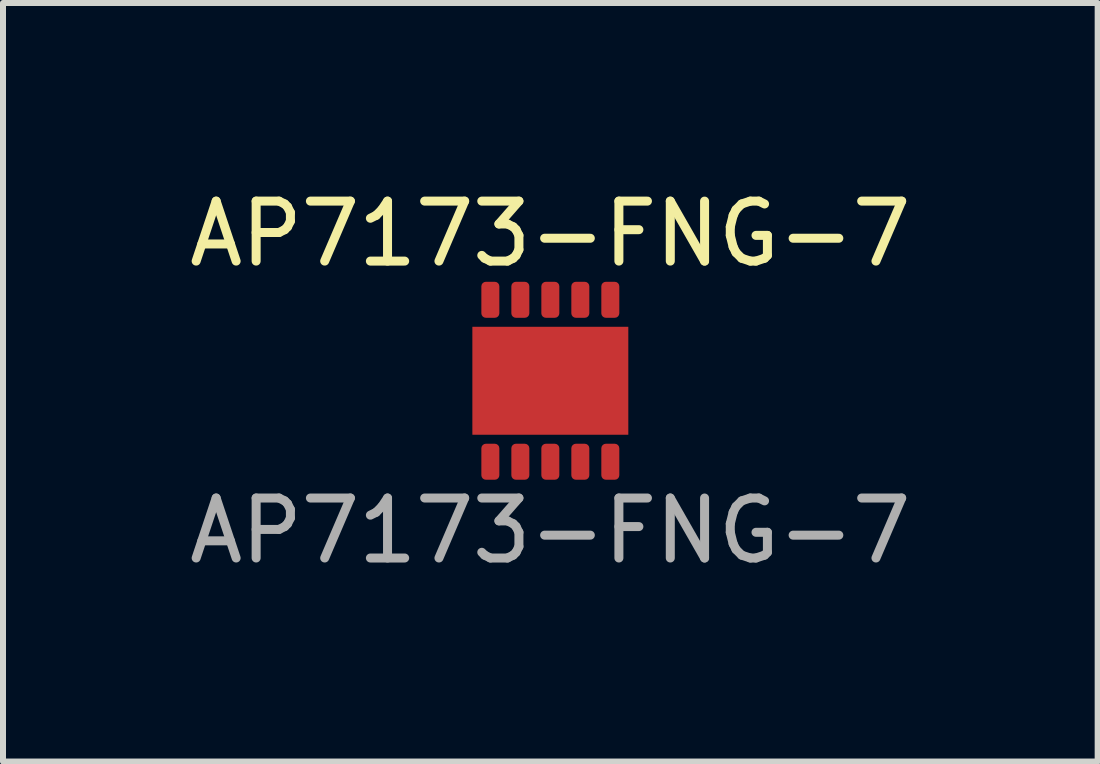
<source format=kicad_pcb>
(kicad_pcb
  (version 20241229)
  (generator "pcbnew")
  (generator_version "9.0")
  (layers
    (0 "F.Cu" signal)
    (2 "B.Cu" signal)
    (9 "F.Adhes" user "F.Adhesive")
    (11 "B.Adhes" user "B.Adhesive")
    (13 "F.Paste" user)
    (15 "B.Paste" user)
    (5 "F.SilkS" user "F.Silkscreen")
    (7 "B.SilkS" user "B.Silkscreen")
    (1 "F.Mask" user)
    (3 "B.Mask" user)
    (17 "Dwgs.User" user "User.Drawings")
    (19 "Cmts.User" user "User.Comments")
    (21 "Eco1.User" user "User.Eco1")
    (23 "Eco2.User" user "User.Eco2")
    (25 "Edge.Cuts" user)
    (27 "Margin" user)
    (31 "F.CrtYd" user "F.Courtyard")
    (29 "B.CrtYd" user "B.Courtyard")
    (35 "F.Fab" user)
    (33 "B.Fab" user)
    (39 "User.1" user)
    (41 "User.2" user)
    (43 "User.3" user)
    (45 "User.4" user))
  (footprint "AP7173-FNG-7"
    (layer "F.Cu")
    (at 6.125 3.298)
    (property "Reference" "AP7173-FNG-7" (at 0 -2.45 0) (unlocked yes) (layer "F.SilkS") (effects (font (size 1 1) (thickness 0.15))))
    (attr smd)
    (fp_text user "${REFERENCE}" (at 0 2.5 0) (unlocked yes) (layer "F.Fab") (effects (font (size 1 1) (thickness 0.15))))
    (pad "1" smd roundrect (at -1 1.35) (size 0.3 0.6) (layers "F.Cu" "F.Mask" "F.Paste") (roundrect_rratio 0.25))
    (pad "2" smd roundrect (at -0.5 1.35) (size 0.3 0.6) (layers "F.Cu" "F.Mask" "F.Paste") (roundrect_rratio 0.25))
    (pad "3" smd roundrect (at 0 1.35) (size 0.3 0.6) (layers "F.Cu" "F.Mask" "F.Paste") (roundrect_rratio 0.25))
    (pad "4" smd roundrect (at 0.5 1.35) (size 0.3 0.6) (layers "F.Cu" "F.Mask" "F.Paste") (roundrect_rratio 0.25))
    (pad "5" smd roundrect (at 1 1.35) (size 0.3 0.6) (layers "F.Cu" "F.Mask" "F.Paste") (roundrect_rratio 0.25))
    (pad "6" smd roundrect (at 1 -1.35) (size 0.3 0.6) (layers "F.Cu" "F.Mask" "F.Paste") (roundrect_rratio 0.25))
    (pad "7" smd roundrect (at 0.5 -1.35) (size 0.3 0.6) (layers "F.Cu" "F.Mask" "F.Paste") (roundrect_rratio 0.25))
    (pad "8" smd roundrect (at 0 -1.35) (size 0.3 0.6) (layers "F.Cu" "F.Mask" "F.Paste") (roundrect_rratio 0.25))
    (pad "9" smd roundrect (at -0.5 -1.35) (size 0.3 0.6) (layers "F.Cu" "F.Mask" "F.Paste") (roundrect_rratio 0.25))
    (pad "10" smd roundrect (at -1 -1.35) (size 0.3 0.6) (layers "F.Cu" "F.Mask" "F.Paste") (roundrect_rratio 0.25))
    (pad "TP" smd rect (at 0 0) (size 2.6 1.8) (layers "F.Cu" "F.Mask" "F.Paste")))
  (gr_rect
    (start -3 -3)
    (end 15.25 9.646)
    (stroke (width 0.1) (type default))
    (fill no)
    (layer "Edge.Cuts")))
</source>
